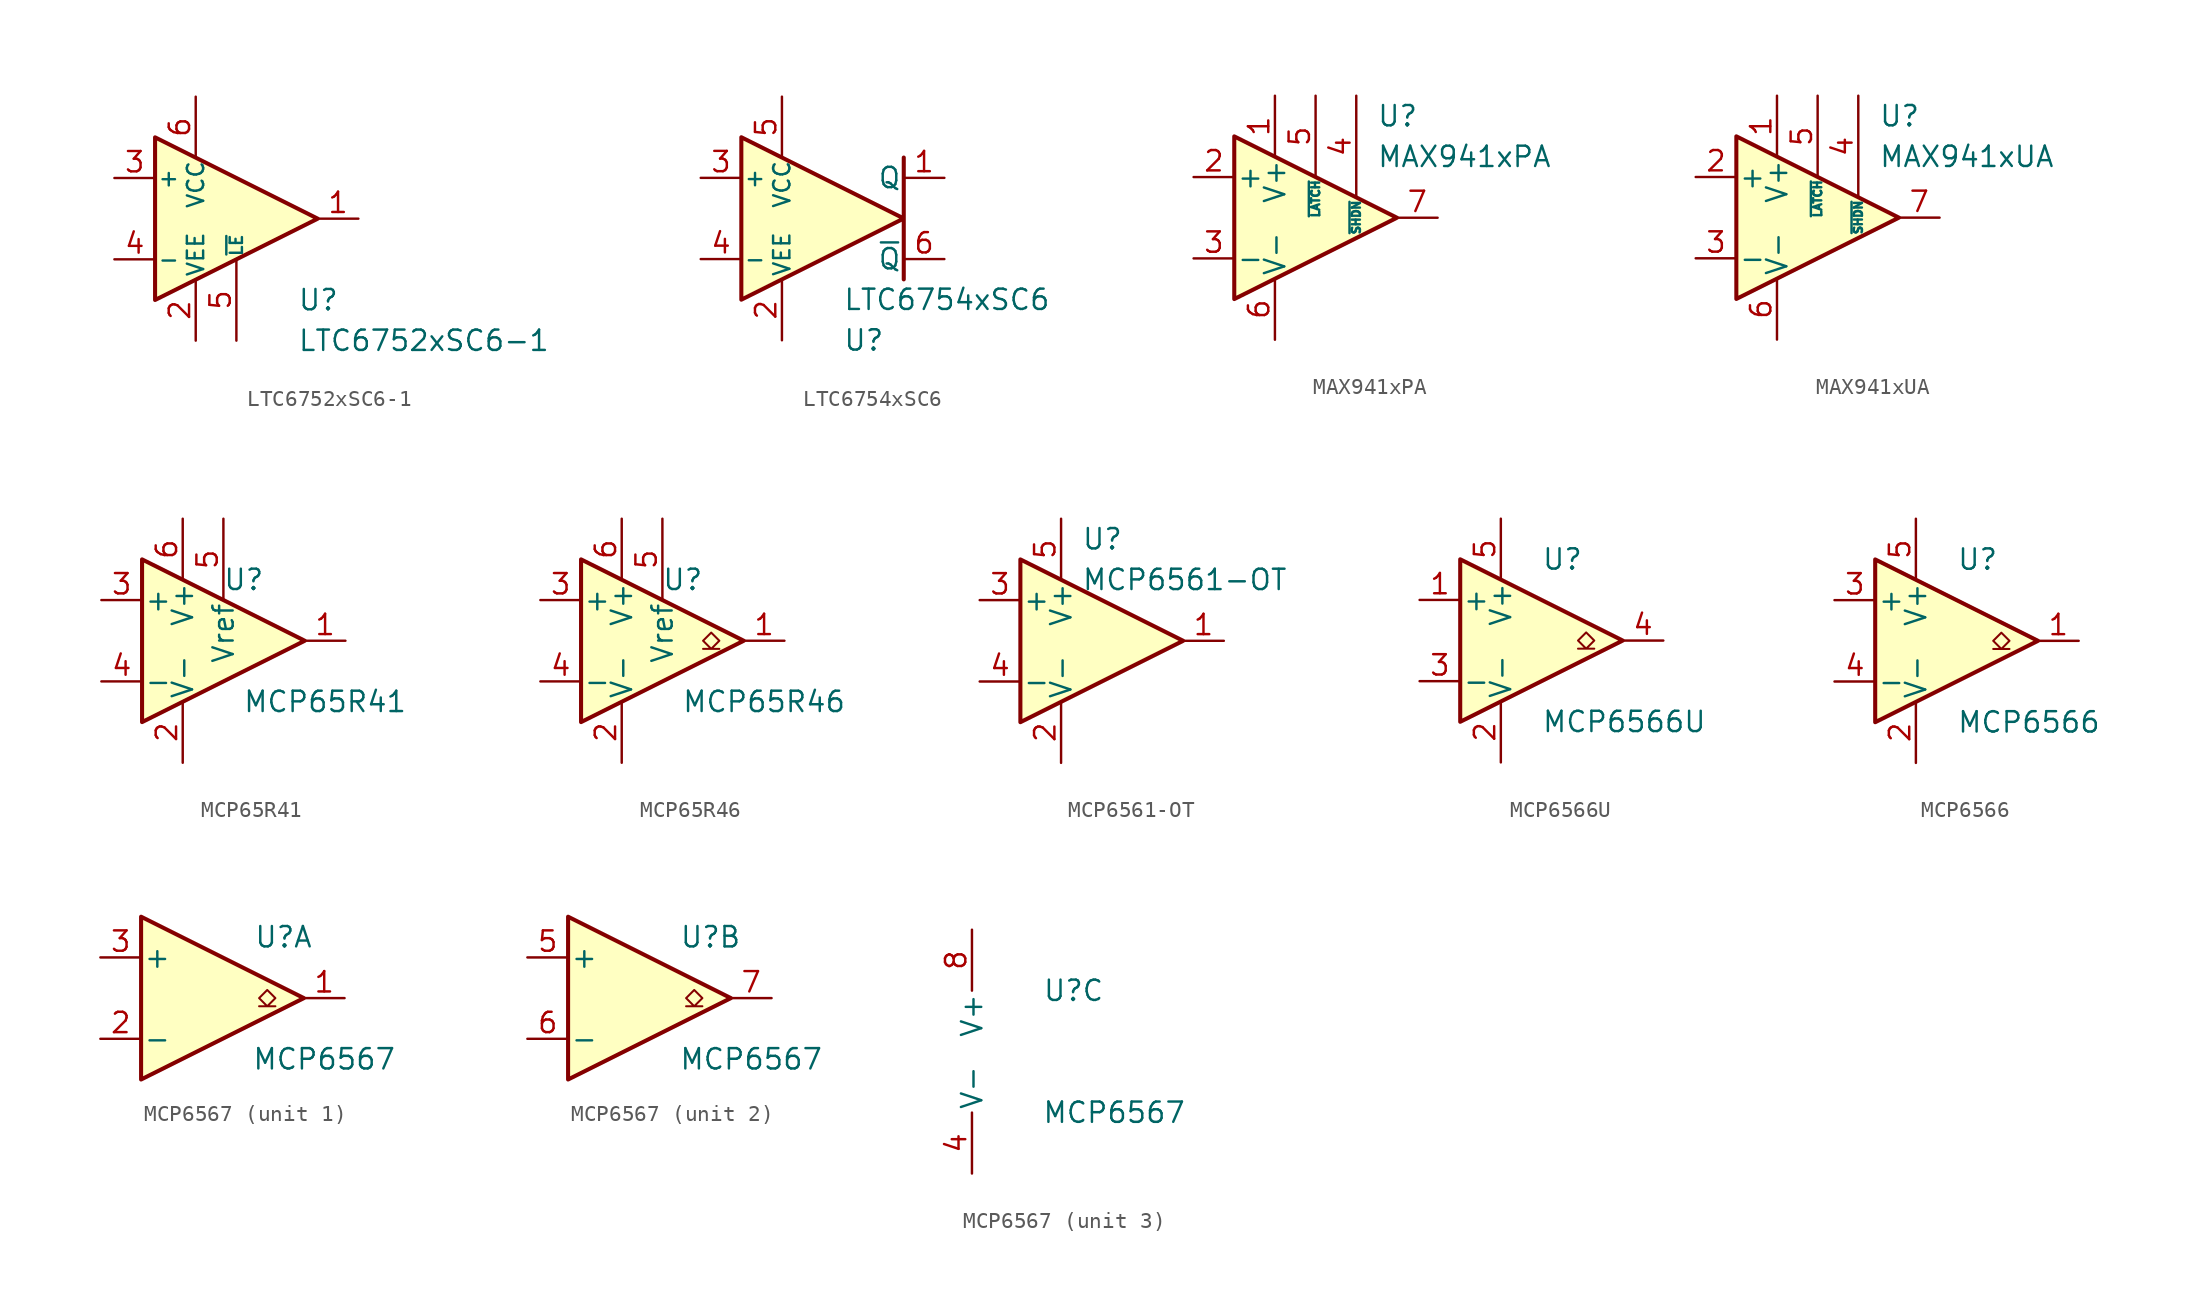
<source format=kicad_sym>
(kicad_symbol_lib
  (version 20211014)
  (generator kicad_symbol_editor)
  (symbol "LTC6752xSC6-1"
    (pin_names
      (offset 0.127))
    (property "Reference" "U"
      (at 3.81 -5.08 0)
      (effects (font (size 1.27 1.27)) (justify left)))
    (property "Value" "LTC6752xSC6-1"
      (at 3.81 -7.62 0)
      (effects (font (size 1.27 1.27)) (justify left)))
    (symbol "LTC6752xSC6-1_1_1"
      (polyline (pts (xy -5.08 5.08) (xy 5.08 0) (xy -5.08 -5.08) (xy -5.08 5.08)) (stroke (width 0.254) (type default) (color 0 0 0 0)) (fill (type background)))
      (pin output line (at 7.62 0 180) (length 2.54) (name "~" (effects (font (size 1.27 1.27)))) (number "1" (effects (font (size 1.27 1.27)))))
      (pin power_in line (at -2.54 -7.62 90) (length 3.81) (name "VEE" (effects (font (size 1.016 1.016)))) (number "2" (effects (font (size 1.27 1.27)))))
      (pin input line (at -7.62 2.54 0) (length 2.54) (name "+" (effects (font (size 1.016 1.016)))) (number "3" (effects (font (size 1.27 1.27)))))
      (pin input line (at -7.62 -2.54 0) (length 2.54) (name "-" (effects (font (size 1.016 1.016)))) (number "4" (effects (font (size 1.27 1.27)))))
      (pin input line (at 0 -7.62 90) (length 5.08) (name "~{LE}" (effects (font (size 0.762 0.762)))) (number "5" (effects (font (size 1.27 1.27)))))
      (pin power_in line (at -2.54 7.62 270) (length 3.81) (name "VCC" (effects (font (size 1.016 1.016)))) (number "6" (effects (font (size 1.27 1.27)))))))
  (symbol "LTC6754xSC6"
    (pin_names
      (offset 0.127))
    (property "Reference" "U"
      (at 1.27 -7.62 0)
      (effects (font (size 1.27 1.27)) (justify left)))
    (property "Value" "LTC6754xSC6"
      (at 1.27 -5.08 0)
      (effects (font (size 1.27 1.27)) (justify left)))
    (symbol "LTC6754xSC6_0_1"
      (polyline (pts (xy 5.08 3.81) (xy 5.08 0) (xy -5.08 5.08) (xy -5.08 -5.08) (xy 5.08 0) (xy 5.08 -3.81)) (stroke (width 0.254) (type default) (color 0 0 0 0)) (fill (type background))))
    (symbol "LTC6754xSC6_1_1"
      (pin output line (at 7.62 2.54 180) (length 2.54) (name "Q" (effects (font (size 1.27 1.27)))) (number "1" (effects (font (size 1.27 1.27)))))
      (pin power_in line (at -2.54 -7.62 90) (length 3.81) (name "VEE" (effects (font (size 1.016 1.016)))) (number "2" (effects (font (size 1.27 1.27)))))
      (pin input line (at -7.62 2.54 0) (length 2.54) (name "+" (effects (font (size 1.016 1.016)))) (number "3" (effects (font (size 1.27 1.27)))))
      (pin input line (at -7.62 -2.54 0) (length 2.54) (name "-" (effects (font (size 1.016 1.016)))) (number "4" (effects (font (size 1.27 1.27)))))
      (pin power_in line (at -2.54 7.62 270) (length 3.81) (name "VCC" (effects (font (size 1.016 1.016)))) (number "5" (effects (font (size 1.27 1.27)))))
      (pin output line (at 7.62 -2.54 180) (length 2.54) (name "~{Q}" (effects (font (size 1.27 1.27)))) (number "6" (effects (font (size 1.27 1.27)))))))
  (symbol "MAX941xPA"
    (pin_names
      (offset 0.127))
    (property "Reference" "U"
      (at 3.81 6.35 0)
      (effects (font (size 1.27 1.27)) (justify left)))
    (property "Value" "MAX941xPA"
      (at 3.81 3.81 0)
      (effects (font (size 1.27 1.27)) (justify left)))
    (symbol "MAX941xPA_0_1"
      (polyline (pts (xy -5.08 5.08) (xy -5.08 -5.08) (xy 5.08 0) (xy -5.08 5.08)) (stroke (width 0.254) (type default) (color 0 0 0 0)) (fill (type background))))
    (symbol "MAX941xPA_1_1"
      (pin power_in line (at -2.54 7.62 270) (length 3.81) (name "V+" (effects (font (size 1.27 1.27)))) (number "1" (effects (font (size 1.27 1.27)))))
      (pin input line (at -7.62 2.54 0) (length 2.54) (name "+" (effects (font (size 1.27 1.27)))) (number "2" (effects (font (size 1.27 1.27)))))
      (pin input line (at -7.62 -2.54 0) (length 2.54) (name "-" (effects (font (size 1.27 1.27)))) (number "3" (effects (font (size 1.27 1.27)))))
      (pin input line (at 2.54 7.62 270) (length 6.35) (name "~{SHDN}" (effects (font (size 0.508 0.508)))) (number "4" (effects (font (size 1.27 1.27)))))
      (pin input line (at 0 7.62 270) (length 5.08) (name "~{LATCH}" (effects (font (size 0.508 0.508)))) (number "5" (effects (font (size 1.27 1.27)))))
      (pin power_in line (at -2.54 -7.62 90) (length 3.81) (name "V-" (effects (font (size 1.27 1.27)))) (number "6" (effects (font (size 1.27 1.27)))))
      (pin output line (at 7.62 0 180) (length 2.54) (name "~" (effects (font (size 1.27 1.27)))) (number "7" (effects (font (size 1.27 1.27)))))
      (pin no_connect line (at 0 -2.54 90) (length 2.54) hide (name "NC" (effects (font (size 0.508 0.508)))) (number "8" (effects (font (size 1.27 1.27)))))))
  (symbol "MAX941xUA"
    (pin_names
      (offset 0.127))
    (property "Reference" "U"
      (at 3.81 6.35 0)
      (effects (font (size 1.27 1.27)) (justify left)))
    (property "Value" "MAX941xUA"
      (at 3.81 3.81 0)
      (effects (font (size 1.27 1.27)) (justify left)))
    (symbol "MAX941xUA_0_1"
      (polyline (pts (xy -5.08 5.08) (xy -5.08 -5.08) (xy 5.08 0) (xy -5.08 5.08)) (stroke (width 0.254) (type default) (color 0 0 0 0)) (fill (type background))))
    (symbol "MAX941xUA_1_1"
      (pin power_in line (at -2.54 7.62 270) (length 3.81) (name "V+" (effects (font (size 1.27 1.27)))) (number "1" (effects (font (size 1.27 1.27)))))
      (pin input line (at -7.62 2.54 0) (length 2.54) (name "+" (effects (font (size 1.27 1.27)))) (number "2" (effects (font (size 1.27 1.27)))))
      (pin input line (at -7.62 -2.54 0) (length 2.54) (name "-" (effects (font (size 1.27 1.27)))) (number "3" (effects (font (size 1.27 1.27)))))
      (pin input line (at 2.54 7.62 270) (length 6.35) (name "~{SHDN}" (effects (font (size 0.508 0.508)))) (number "4" (effects (font (size 1.27 1.27)))))
      (pin input line (at 0 7.62 270) (length 5.08) (name "~{LATCH}" (effects (font (size 0.508 0.508)))) (number "5" (effects (font (size 1.27 1.27)))))
      (pin power_in line (at -2.54 -7.62 90) (length 3.81) (name "V-" (effects (font (size 1.27 1.27)))) (number "6" (effects (font (size 1.27 1.27)))))
      (pin output line (at 7.62 0 180) (length 2.54) (name "~" (effects (font (size 1.27 1.27)))) (number "7" (effects (font (size 1.27 1.27)))))
      (pin no_connect line (at 0 -2.54 90) (length 2.54) hide (name "NC" (effects (font (size 0.508 0.508)))) (number "8" (effects (font (size 1.27 1.27)))))))
  (symbol "MCP65R41"
    (pin_names
      (offset 0.127))
    (property "Reference" "U"
      (at 1.27 3.81 0)
      (effects (font (size 1.27 1.27))))
    (property "Value" "MCP65R41"
      (at 6.35 -3.81 0)
      (effects (font (size 1.27 1.27))))
    (symbol "MCP65R41_0_1"
      (polyline (pts (xy -5.08 5.08) (xy -5.08 -5.08) (xy 5.08 0) (xy -5.08 5.08)) (stroke (width 0.254) (type default) (color 0 0 0 0)) (fill (type background))))
    (symbol "MCP65R41_1_1"
      (pin output line (at 7.62 0 180) (length 2.54) (name "~" (effects (font (size 1.27 1.27)))) (number "1" (effects (font (size 1.27 1.27)))))
      (pin power_in line (at -2.54 -7.62 90) (length 3.81) (name "V-" (effects (font (size 1.27 1.27)))) (number "2" (effects (font (size 1.27 1.27)))))
      (pin input line (at -7.62 2.54 0) (length 2.54) (name "+" (effects (font (size 1.27 1.27)))) (number "3" (effects (font (size 1.27 1.27)))))
      (pin input line (at -7.62 -2.54 0) (length 2.54) (name "-" (effects (font (size 1.27 1.27)))) (number "4" (effects (font (size 1.27 1.27)))))
      (pin power_out line (at 0 7.62 270) (length 5.08) (name "Vref" (effects (font (size 1.27 1.27)))) (number "5" (effects (font (size 1.27 1.27)))))
      (pin power_in line (at -2.54 7.62 270) (length 3.81) (name "V+" (effects (font (size 1.27 1.27)))) (number "6" (effects (font (size 1.27 1.27)))))))
  (symbol "MCP65R46"
    (pin_names
      (offset 0.127))
    (property "Reference" "U"
      (at 1.27 3.81 0)
      (effects (font (size 1.27 1.27))))
    (property "Value" "MCP65R46"
      (at 6.35 -3.81 0)
      (effects (font (size 1.27 1.27))))
    (symbol "MCP65R46_0_1"
      (polyline (pts (xy 3.556 -0.508) (xy 3.048 -0.508) (xy 3.556 0) (xy 3.048 0.508) (xy 2.54 0) (xy 3.048 -0.508) (xy 2.54 -0.508)) (stroke (width 0.127) (type default) (color 0 0 0 0)) (fill (type none))))
    (symbol "MCP65R46_1_1"
      (polyline (pts (xy -5.08 5.08) (xy -5.08 -5.08) (xy 5.08 0) (xy -5.08 5.08)) (stroke (width 0.254) (type default) (color 0 0 0 0)) (fill (type background)))
      (pin open_collector line (at 7.62 0 180) (length 2.54) (name "~" (effects (font (size 1.27 1.27)))) (number "1" (effects (font (size 1.27 1.27)))))
      (pin power_in line (at -2.54 -7.62 90) (length 3.81) (name "V-" (effects (font (size 1.27 1.27)))) (number "2" (effects (font (size 1.27 1.27)))))
      (pin input line (at -7.62 2.54 0) (length 2.54) (name "+" (effects (font (size 1.27 1.27)))) (number "3" (effects (font (size 1.27 1.27)))))
      (pin input line (at -7.62 -2.54 0) (length 2.54) (name "-" (effects (font (size 1.27 1.27)))) (number "4" (effects (font (size 1.27 1.27)))))
      (pin power_out line (at 0 7.62 270) (length 5.08) (name "Vref" (effects (font (size 1.27 1.27)))) (number "5" (effects (font (size 1.27 1.27)))))
      (pin power_in line (at -2.54 7.62 270) (length 3.81) (name "V+" (effects (font (size 1.27 1.27)))) (number "6" (effects (font (size 1.27 1.27)))))))
  (symbol "MCP6561-OT"
    (pin_names
      (offset 0.127))
    (property "Reference" "U"
      (at -1.27 6.35 0)
      (effects (font (size 1.27 1.27)) (justify left)))
    (property "Value" "MCP6561-OT"
      (at -1.27 3.81 0)
      (effects (font (size 1.27 1.27)) (justify left)))
    (symbol "MCP6561-OT_0_1"
      (polyline (pts (xy -5.08 5.08) (xy 5.08 0) (xy -5.08 -5.08) (xy -5.08 5.08)) (stroke (width 0.254) (type default) (color 0 0 0 0)) (fill (type background)))
      (pin power_in line (at -2.54 -7.62 90) (length 3.81) (name "V-" (effects (font (size 1.27 1.27)))) (number "2" (effects (font (size 1.27 1.27)))))
      (pin power_in line (at -2.54 7.62 270) (length 3.81) (name "V+" (effects (font (size 1.27 1.27)))) (number "5" (effects (font (size 1.27 1.27))))))
    (symbol "MCP6561-OT_1_1"
      (pin output line (at 7.62 0 180) (length 2.54) (name "~" (effects (font (size 1.27 1.27)))) (number "1" (effects (font (size 1.27 1.27)))))
      (pin input line (at -7.62 2.54 0) (length 2.54) (name "+" (effects (font (size 1.27 1.27)))) (number "3" (effects (font (size 1.27 1.27)))))
      (pin input line (at -7.62 -2.54 0) (length 2.54) (name "-" (effects (font (size 1.27 1.27)))) (number "4" (effects (font (size 1.27 1.27)))))))
  (symbol "MCP6566U"
    (pin_names
      (offset 0.127))
    (property "Reference" "U"
      (at 0 5.08 0)
      (effects (font (size 1.27 1.27)) (justify left)))
    (property "Value" "MCP6566U"
      (at 0 -5.08 0)
      (effects (font (size 1.27 1.27)) (justify left)))
    (symbol "MCP6566U_0_1"
      (polyline (pts (xy -5.08 5.08) (xy 5.08 0) (xy -5.08 -5.08) (xy -5.08 5.08)) (stroke (width 0.254) (type default) (color 0 0 0 0)) (fill (type background)))
      (polyline (pts (xy 3.302 -0.508) (xy 2.794 -0.508) (xy 3.302 0) (xy 2.794 0.508) (xy 2.286 0) (xy 2.794 -0.508) (xy 2.286 -0.508)) (stroke (width 0.127) (type default) (color 0 0 0 0)) (fill (type none)))
      (pin power_in line (at -2.54 -7.62 90) (length 3.81) (name "V-" (effects (font (size 1.27 1.27)))) (number "2" (effects (font (size 1.27 1.27)))))
      (pin power_in line (at -2.54 7.62 270) (length 3.81) (name "V+" (effects (font (size 1.27 1.27)))) (number "5" (effects (font (size 1.27 1.27))))))
    (symbol "MCP6566U_1_1"
      (pin input line (at -7.62 2.54 0) (length 2.54) (name "+" (effects (font (size 1.27 1.27)))) (number "1" (effects (font (size 1.27 1.27)))))
      (pin input line (at -7.62 -2.54 0) (length 2.54) (name "-" (effects (font (size 1.27 1.27)))) (number "3" (effects (font (size 1.27 1.27)))))
      (pin open_collector line (at 7.62 0 180) (length 2.54) (name "~" (effects (font (size 1.27 1.27)))) (number "4" (effects (font (size 1.27 1.27)))))))
  (symbol "MCP6566"
    (pin_names
      (offset 0.127))
    (property "Reference" "U"
      (at 0 5.08 0)
      (effects (font (size 1.27 1.27)) (justify left)))
    (property "Value" "MCP6566"
      (at 0 -5.08 0)
      (effects (font (size 1.27 1.27)) (justify left)))
    (symbol "MCP6566_0_1"
      (polyline (pts (xy -5.08 5.08) (xy 5.08 0) (xy -5.08 -5.08) (xy -5.08 5.08)) (stroke (width 0.254) (type default) (color 0 0 0 0)) (fill (type background)))
      (polyline (pts (xy 3.302 -0.508) (xy 2.794 -0.508) (xy 3.302 0) (xy 2.794 0.508) (xy 2.286 0) (xy 2.794 -0.508) (xy 2.286 -0.508)) (stroke (width 0.127) (type default) (color 0 0 0 0)) (fill (type none)))
      (pin power_in line (at -2.54 -7.62 90) (length 3.81) (name "V-" (effects (font (size 1.27 1.27)))) (number "2" (effects (font (size 1.27 1.27)))))
      (pin power_in line (at -2.54 7.62 270) (length 3.81) (name "V+" (effects (font (size 1.27 1.27)))) (number "5" (effects (font (size 1.27 1.27))))))
    (symbol "MCP6566_1_1"
      (pin open_collector line (at 7.62 0 180) (length 2.54) (name "~" (effects (font (size 1.27 1.27)))) (number "1" (effects (font (size 1.27 1.27)))))
      (pin input line (at -7.62 2.54 0) (length 2.54) (name "+" (effects (font (size 1.27 1.27)))) (number "3" (effects (font (size 1.27 1.27)))))
      (pin input line (at -7.62 -2.54 0) (length 2.54) (name "-" (effects (font (size 1.27 1.27)))) (number "4" (effects (font (size 1.27 1.27)))))))
  (symbol "MCP6567"
    (pin_names
      (offset 0.127))
    (property "Reference" "U"
      (at 3.81 3.81 0)
      (effects (font (size 1.27 1.27))))
    (property "Value" "MCP6567"
      (at 6.35 -3.81 0)
      (effects (font (size 1.27 1.27))))
    (property "ki_locked" ""
      (at 0 0 0)
      (effects (font (size 1.27 1.27))))
    (symbol "MCP6567_1_1"
      (polyline (pts (xy -5.08 5.08) (xy 5.08 0) (xy -5.08 -5.08) (xy -5.08 5.08)) (stroke (width 0.254) (type default) (color 0 0 0 0)) (fill (type background)))
      (polyline (pts (xy 3.302 -0.508) (xy 2.794 -0.508) (xy 3.302 0) (xy 2.794 0.508) (xy 2.286 0) (xy 2.794 -0.508) (xy 2.286 -0.508)) (stroke (width 0.127) (type default) (color 0 0 0 0)) (fill (type none)))
      (pin open_collector line (at 7.62 0 180) (length 2.54) (name "~" (effects (font (size 1.27 1.27)))) (number "1" (effects (font (size 1.27 1.27)))))
      (pin input line (at -7.62 -2.54 0) (length 2.54) (name "-" (effects (font (size 1.27 1.27)))) (number "2" (effects (font (size 1.27 1.27)))))
      (pin input line (at -7.62 2.54 0) (length 2.54) (name "+" (effects (font (size 1.27 1.27)))) (number "3" (effects (font (size 1.27 1.27))))))
    (symbol "MCP6567_2_1"
      (polyline (pts (xy -5.08 5.08) (xy 5.08 0) (xy -5.08 -5.08) (xy -5.08 5.08)) (stroke (width 0.254) (type default) (color 0 0 0 0)) (fill (type background)))
      (polyline (pts (xy 3.302 -0.508) (xy 2.794 -0.508) (xy 3.302 0) (xy 2.794 0.508) (xy 2.286 0) (xy 2.794 -0.508) (xy 2.286 -0.508)) (stroke (width 0.127) (type default) (color 0 0 0 0)) (fill (type none)))
      (pin input line (at -7.62 2.54 0) (length 2.54) (name "+" (effects (font (size 1.27 1.27)))) (number "5" (effects (font (size 1.27 1.27)))))
      (pin input line (at -7.62 -2.54 0) (length 2.54) (name "-" (effects (font (size 1.27 1.27)))) (number "6" (effects (font (size 1.27 1.27)))))
      (pin open_collector line (at 7.62 0 180) (length 2.54) (name "~" (effects (font (size 1.27 1.27)))) (number "7" (effects (font (size 1.27 1.27))))))
    (symbol "MCP6567_3_1"
      (pin power_in line (at -2.54 -7.62 90) (length 3.81) (name "V-" (effects (font (size 1.27 1.27)))) (number "4" (effects (font (size 1.27 1.27)))))
      (pin power_in line (at -2.54 7.62 270) (length 3.81) (name "V+" (effects (font (size 1.27 1.27)))) (number "8" (effects (font (size 1.27 1.27))))))))
</source>
